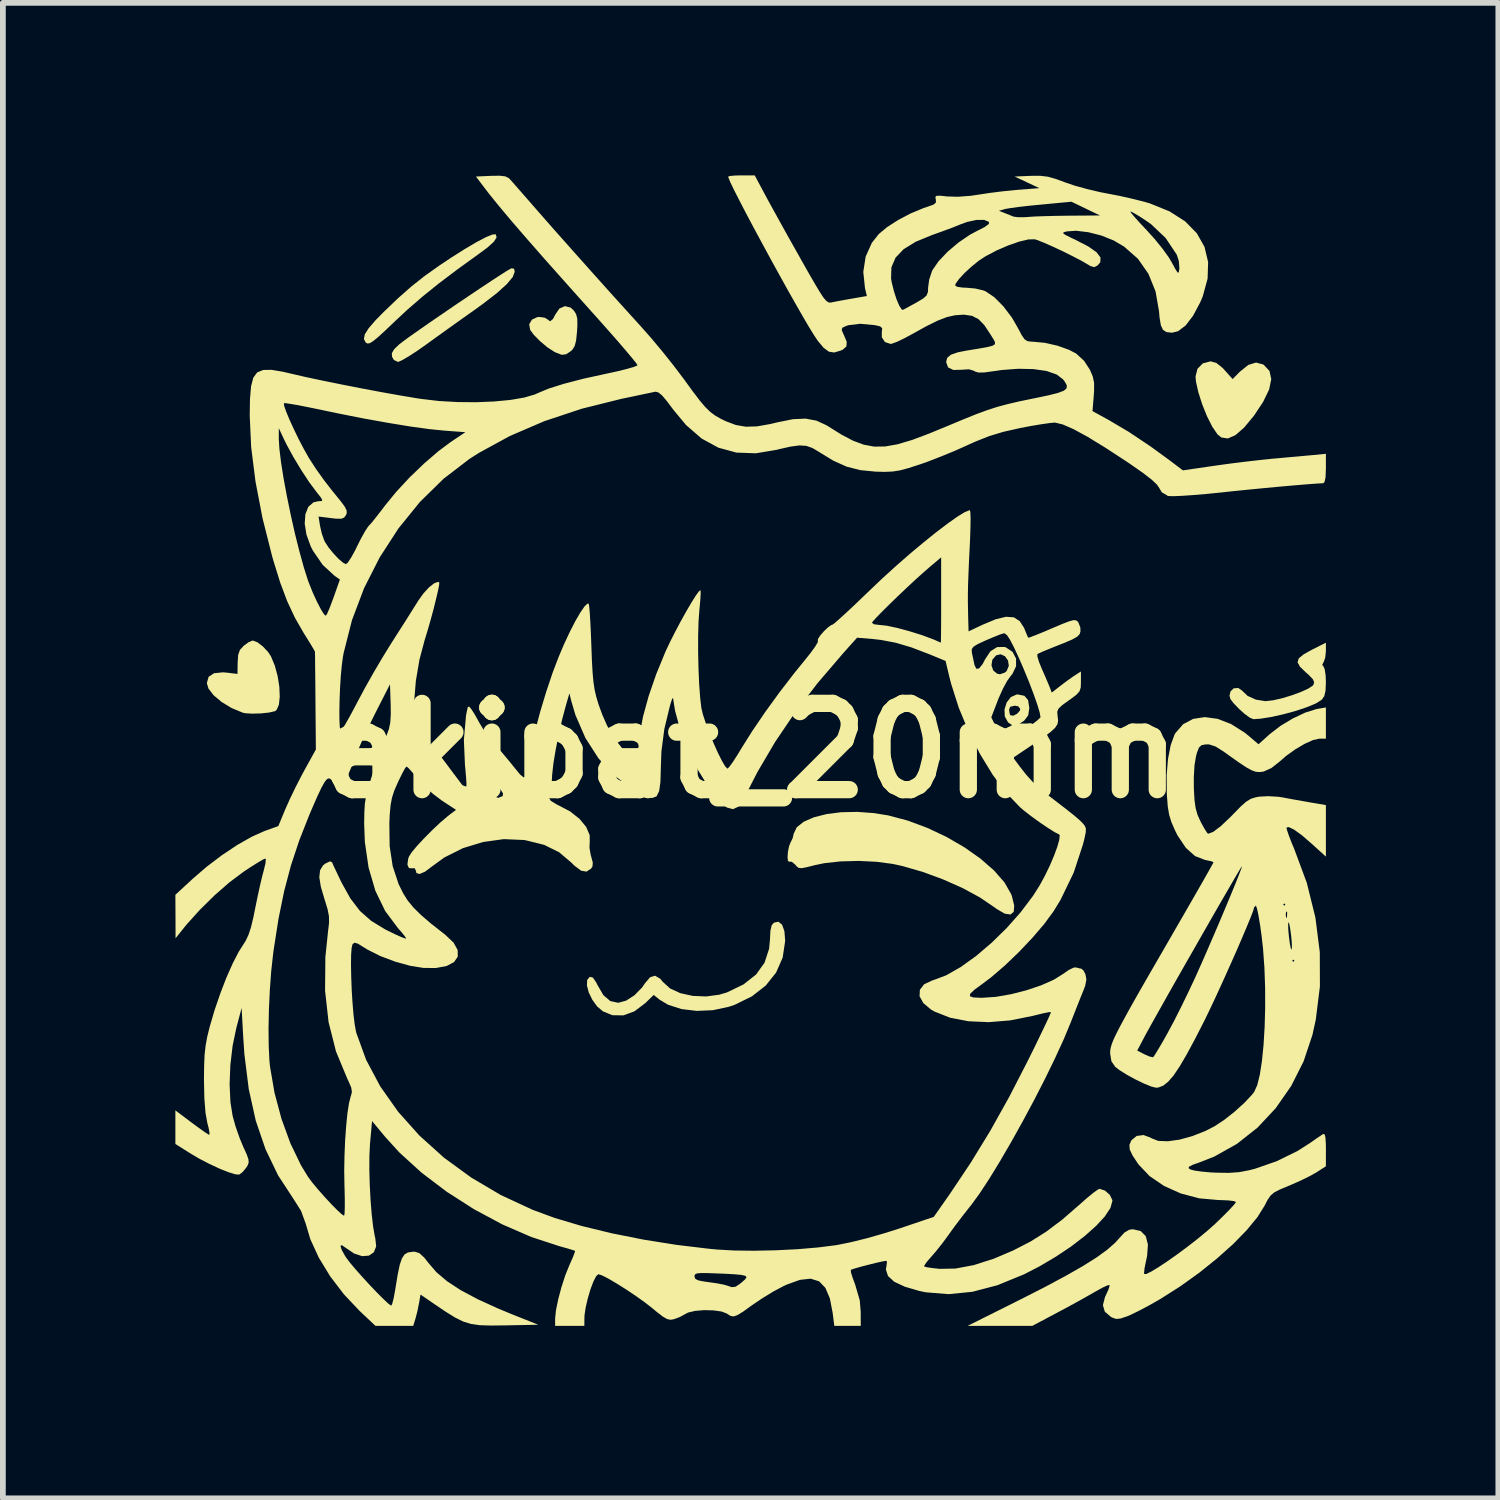
<source format=kicad_pcb>
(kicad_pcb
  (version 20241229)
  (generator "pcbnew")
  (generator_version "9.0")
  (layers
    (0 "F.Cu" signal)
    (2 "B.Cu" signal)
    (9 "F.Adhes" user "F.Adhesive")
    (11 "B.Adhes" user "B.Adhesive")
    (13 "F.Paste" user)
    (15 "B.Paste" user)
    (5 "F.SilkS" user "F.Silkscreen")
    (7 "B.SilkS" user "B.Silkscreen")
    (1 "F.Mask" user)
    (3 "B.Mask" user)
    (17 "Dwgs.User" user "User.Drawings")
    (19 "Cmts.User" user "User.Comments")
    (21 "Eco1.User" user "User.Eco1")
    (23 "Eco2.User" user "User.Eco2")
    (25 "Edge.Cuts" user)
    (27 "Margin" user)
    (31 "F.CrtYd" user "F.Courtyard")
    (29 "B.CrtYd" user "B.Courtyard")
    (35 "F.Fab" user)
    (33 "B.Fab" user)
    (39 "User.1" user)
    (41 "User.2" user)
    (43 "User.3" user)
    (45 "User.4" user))
  (footprint "akipat_20mm"
    (layer "F.Cu")
    (at 10.004 10.004)
    (property "Reference" "akipat_20mm" (at 0 0 0) (layer "F.SilkS") (effects (font (size 1.5 1.5) (thickness 0.3))))
    (attr board_only exclude_from_pos_files exclude_from_bom)
    (fp_poly (pts (xy -3.13 -7.705) (xy -3.076 -7.655) (xy -3.035 -7.591) (xy -3.015 -7.513) (xy -3.013 -7.397) (xy -3.019 -7.29) (xy -3.035 -7.134) (xy -3.06 -7.035) (xy -3.101 -6.971) (xy -3.126 -6.948) (xy -3.209 -6.893) (xy -3.286 -6.884) (xy -3.386 -6.922) (xy -3.419 -6.939) (xy -3.535 -7.014) (xy -3.661 -7.12) (xy -3.771 -7.231) (xy -3.834 -7.317) (xy -3.851 -7.414) (xy -3.804 -7.495) (xy -3.71 -7.539) (xy -3.674 -7.542) (xy -3.584 -7.53) (xy -3.536 -7.503) (xy -3.489 -7.466) (xy -3.438 -7.506) (xy -3.399 -7.581) (xy -3.326 -7.688) (xy -3.23 -7.73)) (stroke (width 0) (type solid)) (fill yes) (layer "F.SilkS"))
    (fp_poly (pts (xy 4.76 -0.954) (xy 4.825 -0.879) (xy 4.846 -0.745) (xy 4.846 -0.737) (xy 4.827 -0.614) (xy 4.761 -0.526) (xy 4.743 -0.511) (xy 4.635 -0.444) (xy 4.551 -0.44) (xy 4.477 -0.491) (xy 4.42 -0.594) (xy 4.415 -0.71) (xy 4.494 -0.71) (xy 4.506 -0.636) (xy 4.519 -0.614) (xy 4.57 -0.608) (xy 4.636 -0.643) (xy 4.683 -0.698) (xy 4.689 -0.724) (xy 4.655 -0.77) (xy 4.592 -0.782) (xy 4.513 -0.762) (xy 4.494 -0.71) (xy 4.415 -0.71) (xy 4.415 -0.717) (xy 4.452 -0.837) (xy 4.525 -0.931) (xy 4.625 -0.976) (xy 4.645 -0.977)) (stroke (width 0) (type solid)) (fill yes) (layer "F.SilkS"))
    (fp_poly (pts (xy 8.098 -6.743) (xy 8.208 -6.655) (xy 8.244 -6.616) (xy 8.382 -6.462) (xy 8.509 -6.591) (xy 8.655 -6.708) (xy 8.789 -6.749) (xy 8.913 -6.716) (xy 8.925 -6.708) (xy 9.023 -6.603) (xy 9.054 -6.461) (xy 9.017 -6.281) (xy 8.912 -6.064) (xy 8.752 -5.823) (xy 8.581 -5.617) (xy 8.43 -5.486) (xy 8.299 -5.429) (xy 8.186 -5.446) (xy 8.119 -5.5) (xy 8.029 -5.632) (xy 7.936 -5.816) (xy 7.852 -6.025) (xy 7.785 -6.235) (xy 7.744 -6.42) (xy 7.737 -6.507) (xy 7.771 -6.641) (xy 7.863 -6.734) (xy 7.996 -6.77) (xy 7.999 -6.77)) (stroke (width 0) (type solid)) (fill yes) (layer "F.SilkS"))
    (fp_poly (pts (xy -4.431 -8.977) (xy -4.418 -8.925) (xy -4.465 -8.851) (xy -4.576 -8.75) (xy -4.715 -8.647) (xy -5.097 -8.371) (xy -5.425 -8.123) (xy -5.709 -7.894) (xy -5.964 -7.673) (xy -6.179 -7.473) (xy -6.35 -7.31) (xy -6.475 -7.195) (xy -6.563 -7.123) (xy -6.622 -7.086) (xy -6.663 -7.08) (xy -6.692 -7.096) (xy -6.695 -7.099) (xy -6.726 -7.159) (xy -6.71 -7.24) (xy -6.642 -7.347) (xy -6.52 -7.488) (xy -6.379 -7.631) (xy -6.127 -7.872) (xy -5.9 -8.072) (xy -5.673 -8.252) (xy -5.42 -8.432) (xy -5.215 -8.569) (xy -4.975 -8.721) (xy -4.77 -8.842) (xy -4.607 -8.928) (xy -4.493 -8.975) (xy -4.434 -8.979)) (stroke (width 0) (type solid)) (fill yes) (layer "F.SilkS"))
    (fp_poly (pts (xy -8.578 -1.885) (xy -8.48 -1.81) (xy -8.389 -1.712) (xy -8.342 -1.64) (xy -8.274 -1.476) (xy -8.225 -1.293) (xy -8.196 -1.108) (xy -8.189 -0.937) (xy -8.204 -0.799) (xy -8.243 -0.708) (xy -8.273 -0.686) (xy -8.377 -0.662) (xy -8.521 -0.647) (xy -8.671 -0.643) (xy -8.794 -0.651) (xy -8.832 -0.66) (xy -9.027 -0.741) (xy -9.2 -0.846) (xy -9.339 -0.963) (xy -9.429 -1.08) (xy -9.457 -1.175) (xy -9.426 -1.284) (xy -9.333 -1.346) (xy -9.178 -1.362) (xy -9.106 -1.356) (xy -8.924 -1.334) (xy -8.921 -1.535) (xy -8.912 -1.667) (xy -8.881 -1.753) (xy -8.816 -1.823) (xy -8.814 -1.825) (xy -8.73 -1.886) (xy -8.663 -1.914) (xy -8.659 -1.915)) (stroke (width 0) (type solid)) (fill yes) (layer "F.SilkS"))
    (fp_poly (pts (xy -4.114 -8.381) (xy -4.103 -8.328) (xy -4.137 -8.237) (xy -4.238 -8.115) (xy -4.408 -7.961) (xy -4.647 -7.776) (xy -4.81 -7.658) (xy -5.014 -7.514) (xy -5.249 -7.346) (xy -5.482 -7.179) (xy -5.638 -7.066) (xy -5.8 -6.952) (xy -5.945 -6.858) (xy -6.059 -6.791) (xy -6.127 -6.761) (xy -6.134 -6.76) (xy -6.204 -6.794) (xy -6.235 -6.847) (xy -6.24 -6.911) (xy -6.201 -6.979) (xy -6.111 -7.066) (xy -6.043 -7.118) (xy -5.924 -7.205) (xy -5.763 -7.318) (xy -5.571 -7.452) (xy -5.359 -7.597) (xy -5.137 -7.749) (xy -4.914 -7.899) (xy -4.703 -8.041) (xy -4.512 -8.168) (xy -4.352 -8.272) (xy -4.234 -8.347) (xy -4.167 -8.385) (xy -4.161 -8.388)) (stroke (width 0) (type solid)) (fill yes) (layer "F.SilkS"))
    (fp_poly (pts (xy 2.144 1.086) (xy 2.391 1.126) (xy 2.734 1.217) (xy 3.077 1.345) (xy 3.409 1.502) (xy 3.719 1.682) (xy 3.997 1.878) (xy 4.232 2.083) (xy 4.413 2.29) (xy 4.529 2.492) (xy 4.543 2.528) (xy 4.584 2.695) (xy 4.575 2.803) (xy 4.518 2.85) (xy 4.419 2.835) (xy 4.279 2.754) (xy 4.23 2.718) (xy 3.985 2.552) (xy 3.684 2.389) (xy 3.346 2.239) (xy 2.993 2.109) (xy 2.644 2.008) (xy 2.472 1.97) (xy 2.189 1.933) (xy 1.878 1.918) (xy 1.566 1.926) (xy 1.282 1.957) (xy 1.114 1.992) (xy 0.972 2.028) (xy 0.886 2.044) (xy 0.835 2.039) (xy 0.8 2.012) (xy 0.777 1.984) (xy 0.716 1.933) (xy 0.67 1.931) (xy 0.648 1.916) (xy 0.642 1.849) (xy 0.649 1.757) (xy 0.668 1.663) (xy 0.695 1.594) (xy 0.701 1.585) (xy 0.733 1.516) (xy 0.748 1.447) (xy 0.802 1.333) (xy 0.922 1.237) (xy 1.097 1.16) (xy 1.318 1.104) (xy 1.573 1.071) (xy 1.852 1.065)) (stroke (width 0) (type solid)) (fill yes) (layer "F.SilkS"))
    (fp_poly (pts (xy 10.004 -1.728) (xy 9.993 -1.62) (xy 9.967 -1.544) (xy 9.961 -1.536) (xy 9.94 -1.489) (xy 9.961 -1.467) (xy 9.983 -1.417) (xy 9.999 -1.313) (xy 10.004 -1.196) (xy 9.998 -1.044) (xy 9.976 -0.949) (xy 9.934 -0.887) (xy 9.929 -0.883) (xy 9.832 -0.822) (xy 9.677 -0.757) (xy 9.484 -0.692) (xy 9.271 -0.634) (xy 9.059 -0.586) (xy 8.868 -0.556) (xy 8.744 -0.547) (xy 8.681 -0.573) (xy 8.588 -0.641) (xy 8.499 -0.721) (xy 8.397 -0.826) (xy 8.343 -0.898) (xy 8.328 -0.957) (xy 8.343 -1.02) (xy 8.347 -1.032) (xy 8.401 -1.084) (xy 8.48 -1.089) (xy 8.545 -1.046) (xy 8.546 -1.044) (xy 8.643 -0.952) (xy 8.787 -0.887) (xy 8.949 -0.861) (xy 8.957 -0.861) (xy 9.082 -0.875) (xy 9.239 -0.91) (xy 9.407 -0.961) (xy 9.566 -1.019) (xy 9.696 -1.078) (xy 9.775 -1.13) (xy 9.786 -1.143) (xy 9.8 -1.191) (xy 9.775 -1.245) (xy 9.701 -1.321) (xy 9.655 -1.361) (xy 9.553 -1.46) (xy 9.511 -1.537) (xy 9.533 -1.606) (xy 9.622 -1.678) (xy 9.767 -1.758) (xy 10.004 -1.877)) (stroke (width 0) (type solid)) (fill yes) (layer "F.SilkS"))
    (fp_poly (pts (xy 0.546 3.026) (xy 0.587 3.138) (xy 0.6 3.301) (xy 0.6 3.313) (xy 0.557 3.599) (xy 0.443 3.859) (xy 0.263 4.085) (xy 0.022 4.273) (xy -0.275 4.419) (xy -0.385 4.456) (xy -0.659 4.514) (xy -0.938 4.526) (xy -1.203 4.494) (xy -1.434 4.42) (xy -1.58 4.333) (xy -1.686 4.249) (xy -1.83 4.389) (xy -2.02 4.533) (xy -2.214 4.604) (xy -2.405 4.601) (xy -2.568 4.534) (xy -2.669 4.449) (xy -2.753 4.333) (xy -2.815 4.206) (xy -2.847 4.085) (xy -2.843 3.988) (xy -2.796 3.933) (xy -2.795 3.933) (xy -2.743 3.947) (xy -2.685 4.032) (xy -2.664 4.075) (xy -2.561 4.252) (xy -2.441 4.355) (xy -2.303 4.385) (xy -2.166 4.348) (xy -2.02 4.254) (xy -1.888 4.119) (xy -1.837 4.045) (xy -1.749 3.941) (xy -1.662 3.914) (xy -1.573 3.966) (xy -1.526 4.022) (xy -1.401 4.136) (xy -1.222 4.218) (xy -1.007 4.265) (xy -0.774 4.275) (xy -0.543 4.244) (xy -0.41 4.204) (xy -0.123 4.065) (xy 0.095 3.893) (xy 0.242 3.687) (xy 0.321 3.446) (xy 0.336 3.284) (xy 0.344 3.13) (xy 0.366 3.037) (xy 0.404 2.992) (xy 0.483 2.975)) (stroke (width 0) (type solid)) (fill yes) (layer "F.SilkS"))
    (fp_poly (pts (xy 10.004 -0.48) (xy 10.004 -0.208) (xy 9.889 -0.208) (xy 9.78 -0.184) (xy 9.634 -0.118) (xy 9.471 -0.022) (xy 9.312 0.092) (xy 9.189 0.199) (xy 9.057 0.302) (xy 8.925 0.362) (xy 8.908 0.366) (xy 8.844 0.373) (xy 8.782 0.367) (xy 8.709 0.34) (xy 8.614 0.287) (xy 8.485 0.201) (xy 8.31 0.077) (xy 8.228 0.018) (xy 8.087 -0.071) (xy 7.975 -0.108) (xy 7.916 -0.109) (xy 7.842 -0.095) (xy 7.797 -0.054) (xy 7.763 0.032) (xy 7.745 0.098) (xy 7.719 0.255) (xy 7.707 0.463) (xy 7.708 0.664) (xy 7.719 0.859) (xy 7.739 1.001) (xy 7.772 1.117) (xy 7.824 1.233) (xy 7.828 1.241) (xy 7.888 1.35) (xy 7.935 1.425) (xy 7.955 1.446) (xy 8.044 1.413) (xy 8.173 1.316) (xy 8.344 1.154) (xy 8.402 1.095) (xy 8.528 0.966) (xy 8.622 0.884) (xy 8.703 0.836) (xy 8.789 0.81) (xy 8.844 0.8) (xy 8.998 0.792) (xy 9.174 0.802) (xy 9.254 0.814) (xy 9.418 0.845) (xy 9.61 0.879) (xy 9.74 0.902) (xy 10.004 0.947) (xy 10.004 1.395) (xy 10.004 1.843) (xy 9.759 1.621) (xy 9.587 1.472) (xy 9.453 1.375) (xy 9.36 1.33) (xy 9.32 1.335) (xy 9.326 1.377) (xy 9.359 1.474) (xy 9.411 1.609) (xy 9.451 1.703) (xy 9.673 2.302) (xy 9.822 2.905) (xy 9.898 3.506) (xy 9.9 4.1) (xy 9.828 4.68) (xy 9.77 4.943) (xy 9.616 5.404) (xy 9.401 5.831) (xy 9.132 6.217) (xy 8.816 6.555) (xy 8.458 6.838) (xy 8.064 7.059) (xy 7.814 7.158) (xy 7.687 7.203) (xy 7.624 7.235) (xy 7.616 7.26) (xy 7.644 7.282) (xy 7.714 7.302) (xy 7.841 7.32) (xy 8.002 7.335) (xy 8.092 7.339) (xy 8.315 7.343) (xy 8.498 7.33) (xy 8.675 7.296) (xy 8.768 7.272) (xy 9.146 7.141) (xy 9.509 6.963) (xy 9.73 6.822) (xy 9.837 6.747) (xy 9.923 6.689) (xy 9.955 6.668) (xy 9.981 6.671) (xy 9.996 6.725) (xy 10.003 6.841) (xy 10.004 6.933) (xy 10.004 7.228) (xy 9.838 7.335) (xy 9.72 7.401) (xy 9.561 7.479) (xy 9.39 7.554) (xy 9.359 7.567) (xy 9.206 7.631) (xy 9.106 7.682) (xy 9.041 7.738) (xy 8.989 7.814) (xy 8.94 7.91) (xy 8.814 8.112) (xy 8.628 8.338) (xy 8.391 8.581) (xy 8.112 8.83) (xy 7.802 9.079) (xy 7.47 9.317) (xy 7.125 9.536) (xy 7.094 9.554) (xy 6.922 9.652) (xy 6.753 9.741) (xy 6.612 9.81) (xy 6.546 9.838) (xy 6.431 9.876) (xy 6.356 9.883) (xy 6.289 9.86) (xy 6.265 9.847) (xy 6.159 9.756) (xy 6.126 9.643) (xy 6.163 9.5) (xy 6.177 9.471) (xy 6.222 9.373) (xy 6.243 9.306) (xy 6.243 9.294) (xy 6.207 9.299) (xy 6.123 9.337) (xy 6.008 9.4) (xy 5.998 9.406) (xy 5.867 9.481) (xy 5.692 9.579) (xy 5.496 9.686) (xy 5.331 9.774) (xy 4.898 10.004) (xy 4.335 10.004) (xy 3.773 10.004) (xy 4.691 9.545) (xy 5.119 9.327) (xy 5.479 9.134) (xy 5.775 8.965) (xy 6.014 8.815) (xy 6.199 8.681) (xy 6.335 8.562) (xy 6.404 8.486) (xy 6.5 8.381) (xy 6.584 8.332) (xy 6.646 8.323) (xy 6.783 8.354) (xy 6.871 8.443) (xy 6.909 8.589) (xy 6.895 8.788) (xy 6.873 8.89) (xy 6.85 9.002) (xy 6.842 9.084) (xy 6.844 9.101) (xy 6.881 9.101) (xy 6.967 9.059) (xy 7.093 8.983) (xy 7.248 8.88) (xy 7.421 8.758) (xy 7.601 8.624) (xy 7.777 8.487) (xy 7.94 8.352) (xy 8.079 8.229) (xy 8.089 8.219) (xy 8.224 8.088) (xy 8.334 7.976) (xy 8.41 7.893) (xy 8.44 7.851) (xy 8.441 7.85) (xy 8.405 7.834) (xy 8.309 7.822) (xy 8.173 7.816) (xy 8.132 7.815) (xy 7.802 7.786) (xy 7.483 7.702) (xy 7.19 7.571) (xy 6.939 7.4) (xy 6.745 7.196) (xy 6.736 7.183) (xy 6.641 7.039) (xy 6.593 6.937) (xy 6.587 6.857) (xy 6.618 6.783) (xy 6.624 6.774) (xy 6.713 6.701) (xy 6.832 6.685) (xy 6.955 6.73) (xy 6.973 6.742) (xy 7.089 6.787) (xy 7.256 6.793) (xy 7.458 6.765) (xy 7.68 6.704) (xy 7.906 6.615) (xy 8.07 6.531) (xy 8.236 6.421) (xy 8.415 6.28) (xy 8.583 6.128) (xy 8.717 5.986) (xy 8.757 5.935) (xy 8.81 5.818) (xy 8.855 5.635) (xy 8.892 5.397) (xy 8.92 5.115) (xy 8.939 4.8) (xy 8.948 4.465) (xy 8.947 4.12) (xy 8.935 3.776) (xy 8.926 3.654) (xy 9.418 3.654) (xy 9.437 3.673) (xy 9.457 3.654) (xy 9.437 3.634) (xy 9.418 3.654) (xy 8.926 3.654) (xy 8.911 3.446) (xy 8.885 3.215) (xy 8.859 3.028) (xy 9.347 3.028) (xy 9.351 3.128) (xy 9.362 3.241) (xy 9.378 3.362) (xy 9.395 3.442) (xy 9.407 3.462) (xy 9.413 3.417) (xy 9.409 3.317) (xy 9.398 3.204) (xy 9.381 3.083) (xy 9.364 3.003) (xy 9.352 2.983) (xy 9.347 3.028) (xy 8.859 3.028) (xy 8.858 3.025) (xy 8.831 2.865) (xy 8.829 2.853) (xy 9.306 2.853) (xy 9.313 2.908) (xy 9.326 2.901) (xy 9.331 2.821) (xy 9.326 2.804) (xy 9.312 2.799) (xy 9.306 2.853) (xy 8.829 2.853) (xy 8.807 2.752) (xy 8.789 2.699) (xy 8.786 2.696) (xy 8.754 2.726) (xy 8.753 2.736) (xy 8.738 2.79) (xy 8.694 2.904) (xy 8.627 3.066) (xy 8.543 3.265) (xy 8.445 3.491) (xy 8.339 3.73) (xy 8.23 3.973) (xy 8.123 4.208) (xy 8.022 4.424) (xy 7.933 4.61) (xy 7.904 4.67) (xy 7.732 5.007) (xy 7.586 5.279) (xy 7.462 5.49) (xy 7.356 5.648) (xy 7.262 5.757) (xy 7.177 5.825) (xy 7.097 5.857) (xy 7.051 5.862) (xy 6.969 5.842) (xy 6.843 5.791) (xy 6.694 5.719) (xy 6.545 5.638) (xy 6.417 5.558) (xy 6.34 5.499) (xy 6.274 5.403) (xy 6.252 5.267) (xy 6.252 5.258) (xy 6.254 5.216) (xy 6.723 5.216) (xy 6.849 5.281) (xy 6.938 5.32) (xy 6.996 5.332) (xy 7.001 5.33) (xy 7.029 5.291) (xy 7.086 5.198) (xy 7.165 5.064) (xy 7.256 4.902) (xy 7.26 4.894) (xy 7.363 4.702) (xy 7.483 4.464) (xy 7.608 4.208) (xy 7.725 3.959) (xy 7.757 3.888) (xy 7.849 3.682) (xy 7.95 3.451) (xy 8.055 3.208) (xy 8.161 2.961) (xy 8.262 2.721) (xy 8.28 2.677) (xy 9.261 2.677) (xy 9.281 2.696) (xy 9.3 2.677) (xy 9.281 2.657) (xy 9.261 2.677) (xy 8.28 2.677) (xy 8.354 2.5) (xy 8.433 2.308) (xy 8.494 2.154) (xy 8.533 2.051) (xy 8.546 2.007) (xy 8.546 2.007) (xy 8.525 2.038) (xy 8.471 2.128) (xy 8.388 2.27) (xy 8.281 2.455) (xy 8.154 2.674) (xy 8.012 2.921) (xy 7.861 3.185) (xy 7.704 3.46) (xy 7.546 3.736) (xy 7.393 4.005) (xy 7.249 4.259) (xy 7.119 4.491) (xy 7.007 4.69) (xy 6.918 4.85) (xy 6.857 4.961) (xy 6.849 4.977) (xy 6.723 5.216) (xy 6.254 5.216) (xy 6.254 5.213) (xy 6.262 5.165) (xy 6.279 5.107) (xy 6.307 5.033) (xy 6.351 4.939) (xy 6.412 4.819) (xy 6.494 4.666) (xy 6.599 4.475) (xy 6.731 4.241) (xy 6.893 3.958) (xy 7.088 3.621) (xy 7.318 3.223) (xy 7.389 3.099) (xy 7.546 2.828) (xy 7.689 2.579) (xy 7.815 2.36) (xy 7.918 2.179) (xy 7.994 2.044) (xy 8.039 1.962) (xy 8.05 1.941) (xy 8.016 1.925) (xy 7.93 1.906) (xy 7.903 1.901) (xy 7.729 1.834) (xy 7.569 1.691) (xy 7.424 1.475) (xy 7.378 1.382) (xy 7.317 1.242) (xy 7.278 1.114) (xy 7.254 0.971) (xy 7.24 0.785) (xy 7.237 0.733) (xy 7.235 0.426) (xy 7.258 0.146) (xy 7.304 -0.093) (xy 7.37 -0.275) (xy 7.388 -0.307) (xy 7.522 -0.46) (xy 7.695 -0.552) (xy 7.898 -0.583) (xy 8.121 -0.553) (xy 8.356 -0.462) (xy 8.593 -0.312) (xy 8.667 -0.252) (xy 8.832 -0.111) (xy 9.03 -0.289) (xy 9.213 -0.43) (xy 9.427 -0.559) (xy 9.643 -0.661) (xy 9.837 -0.722) (xy 9.857 -0.726) (xy 10.004 -0.751)) (stroke (width 0) (type solid)) (fill yes) (layer "F.SilkS"))
    (fp_poly (pts (xy 0.254 -9.662) (xy 0.329 -9.523) (xy 0.434 -9.333) (xy 0.559 -9.107) (xy 0.696 -8.861) (xy 0.837 -8.611) (xy 0.873 -8.546) (xy 1.014 -8.297) (xy 1.123 -8.109) (xy 1.205 -7.972) (xy 1.266 -7.88) (xy 1.312 -7.825) (xy 1.349 -7.798) (xy 1.382 -7.791) (xy 1.407 -7.795) (xy 1.496 -7.813) (xy 1.631 -7.838) (xy 1.763 -7.861) (xy 2.021 -7.906) (xy 1.988 -8.046) (xy 1.971 -8.212) (xy 2.442 -8.212) (xy 2.453 -8.145) (xy 2.492 -7.989) (xy 2.538 -7.847) (xy 2.586 -7.736) (xy 2.627 -7.673) (xy 2.647 -7.665) (xy 2.696 -7.69) (xy 2.789 -7.741) (xy 2.882 -7.792) (xy 2.997 -7.86) (xy 3.058 -7.913) (xy 3.083 -7.975) (xy 3.087 -8.058) (xy 3.106 -8.196) (xy 3.153 -8.337) (xy 3.161 -8.355) (xy 3.267 -8.509) (xy 3.424 -8.675) (xy 3.613 -8.835) (xy 3.812 -8.971) (xy 3.93 -9.034) (xy 4.071 -9.106) (xy 4.142 -9.159) (xy 4.146 -9.194) (xy 4.146 -9.195) (xy 4.061 -9.23) (xy 3.927 -9.229) (xy 3.764 -9.194) (xy 3.654 -9.154) (xy 3.518 -9.099) (xy 3.343 -9.034) (xy 3.167 -8.971) (xy 3.156 -8.967) (xy 2.871 -8.85) (xy 2.66 -8.72) (xy 2.52 -8.573) (xy 2.448 -8.405) (xy 2.442 -8.212) (xy 1.971 -8.212) (xy 1.959 -8.325) (xy 2 -8.591) (xy 2.108 -8.831) (xy 2.227 -8.982) (xy 2.371 -9.103) (xy 2.566 -9.228) (xy 2.786 -9.344) (xy 2.893 -9.388) (xy 4.318 -9.388) (xy 4.416 -9.35) (xy 4.513 -9.311) (xy 4.572 -9.287) (xy 4.644 -9.277) (xy 4.759 -9.277) (xy 4.826 -9.281) (xy 4.94 -9.289) (xy 5.11 -9.295) (xy 5.314 -9.3) (xy 5.53 -9.303) (xy 5.549 -9.303) (xy 6.076 -9.307) (xy 5.927 -9.378) (xy 6.603 -9.378) (xy 6.616 -9.352) (xy 6.675 -9.282) (xy 6.769 -9.177) (xy 6.883 -9.056) (xy 7.025 -8.899) (xy 7.16 -8.733) (xy 7.269 -8.582) (xy 7.319 -8.499) (xy 7.385 -8.377) (xy 7.423 -8.317) (xy 7.443 -8.313) (xy 7.452 -8.356) (xy 7.456 -8.389) (xy 7.446 -8.517) (xy 7.411 -8.624) (xy 7.217 -8.915) (xy 6.964 -9.155) (xy 6.877 -9.216) (xy 6.756 -9.295) (xy 6.659 -9.352) (xy 6.606 -9.378) (xy 6.603 -9.378) (xy 5.927 -9.378) (xy 5.828 -9.426) (xy 5.579 -9.546) (xy 5.05 -9.496) (xy 4.846 -9.476) (xy 4.662 -9.455) (xy 4.517 -9.435) (xy 4.428 -9.42) (xy 4.419 -9.417) (xy 4.318 -9.388) (xy 2.893 -9.388) (xy 3.005 -9.435) (xy 3.078 -9.459) (xy 3.181 -9.496) (xy 3.223 -9.533) (xy 3.22 -9.585) (xy 3.22 -9.586) (xy 3.212 -9.629) (xy 3.233 -9.649) (xy 3.302 -9.65) (xy 3.414 -9.638) (xy 3.602 -9.632) (xy 3.828 -9.649) (xy 3.956 -9.668) (xy 4.153 -9.698) (xy 4.385 -9.727) (xy 4.607 -9.749) (xy 4.65 -9.753) (xy 5.021 -9.782) (xy 4.806 -9.883) (xy 4.592 -9.984) (xy 4.872 -9.996) (xy 5.034 -9.997) (xy 5.169 -9.981) (xy 5.311 -9.941) (xy 5.459 -9.886) (xy 5.631 -9.827) (xy 5.848 -9.767) (xy 6.076 -9.713) (xy 6.206 -9.688) (xy 6.423 -9.646) (xy 6.648 -9.595) (xy 6.85 -9.544) (xy 6.948 -9.515) (xy 7.285 -9.378) (xy 7.556 -9.205) (xy 7.759 -8.998) (xy 7.893 -8.761) (xy 7.956 -8.497) (xy 7.947 -8.209) (xy 7.863 -7.901) (xy 7.82 -7.799) (xy 7.694 -7.563) (xy 7.564 -7.393) (xy 7.433 -7.294) (xy 7.328 -7.268) (xy 7.234 -7.278) (xy 7.172 -7.316) (xy 7.134 -7.396) (xy 7.111 -7.533) (xy 7.102 -7.64) (xy 7.042 -7.985) (xy 6.918 -8.292) (xy 6.735 -8.554) (xy 6.495 -8.765) (xy 6.314 -8.872) (xy 6.099 -8.958) (xy 5.871 -9.016) (xy 5.658 -9.041) (xy 5.501 -9.03) (xy 5.446 -9.016) (xy 5.433 -8.999) (xy 5.47 -8.971) (xy 5.565 -8.923) (xy 5.652 -8.882) (xy 5.871 -8.769) (xy 6.015 -8.668) (xy 6.084 -8.577) (xy 6.081 -8.494) (xy 6.034 -8.438) (xy 5.977 -8.408) (xy 5.912 -8.426) (xy 5.868 -8.452) (xy 5.755 -8.518) (xy 5.603 -8.597) (xy 5.431 -8.683) (xy 5.258 -8.764) (xy 5.103 -8.832) (xy 4.986 -8.879) (xy 4.938 -8.893) (xy 4.829 -8.89) (xy 4.67 -8.852) (xy 4.48 -8.786) (xy 4.277 -8.698) (xy 4.083 -8.596) (xy 3.965 -8.518) (xy 3.838 -8.415) (xy 3.719 -8.305) (xy 3.623 -8.201) (xy 3.565 -8.12) (xy 3.556 -8.09) (xy 3.591 -8.067) (xy 3.681 -8.053) (xy 3.755 -8.05) (xy 3.903 -8.037) (xy 4.041 -8.005) (xy 4.086 -7.988) (xy 4.238 -7.885) (xy 4.396 -7.726) (xy 4.545 -7.529) (xy 4.648 -7.35) (xy 4.715 -7.224) (xy 4.765 -7.152) (xy 4.817 -7.12) (xy 4.889 -7.112) (xy 4.914 -7.111) (xy 5.118 -7.092) (xy 5.337 -7.042) (xy 5.538 -6.97) (xy 5.662 -6.905) (xy 5.799 -6.779) (xy 5.901 -6.622) (xy 5.95 -6.506) (xy 5.973 -6.397) (xy 5.973 -6.263) (xy 5.967 -6.172) (xy 5.945 -5.905) (xy 6.23 -5.748) (xy 6.575 -5.544) (xy 6.951 -5.293) (xy 7.285 -5.05) (xy 7.517 -4.874) (xy 8.086 -4.957) (xy 8.339 -4.992) (xy 8.613 -5.026) (xy 8.876 -5.056) (xy 9.095 -5.079) (xy 9.105 -5.079) (xy 9.312 -5.098) (xy 9.515 -5.116) (xy 9.689 -5.132) (xy 9.779 -5.14) (xy 10.004 -5.162) (xy 10.004 -4.906) (xy 9.998 -4.752) (xy 9.979 -4.669) (xy 9.955 -4.65) (xy 9.855 -4.645) (xy 9.691 -4.633) (xy 9.476 -4.615) (xy 9.223 -4.593) (xy 8.945 -4.567) (xy 8.657 -4.539) (xy 8.37 -4.51) (xy 8.167 -4.488) (xy 7.918 -4.463) (xy 7.69 -4.444) (xy 7.496 -4.431) (xy 7.35 -4.425) (xy 7.264 -4.428) (xy 7.256 -4.43) (xy 7.149 -4.494) (xy 7.108 -4.564) (xy 7.066 -4.626) (xy 6.974 -4.713) (xy 6.825 -4.828) (xy 6.615 -4.975) (xy 6.534 -5.03) (xy 6.171 -5.267) (xy 5.866 -5.454) (xy 5.619 -5.589) (xy 5.43 -5.672) (xy 5.299 -5.704) (xy 5.288 -5.705) (xy 5.202 -5.697) (xy 5.06 -5.677) (xy 4.88 -5.647) (xy 4.684 -5.61) (xy 4.682 -5.609) (xy 4.398 -5.545) (xy 4.154 -5.472) (xy 3.91 -5.375) (xy 3.77 -5.312) (xy 3.549 -5.213) (xy 3.3 -5.111) (xy 3.062 -5.019) (xy 2.935 -4.975) (xy 2.743 -4.913) (xy 2.597 -4.874) (xy 2.47 -4.854) (xy 2.334 -4.848) (xy 2.173 -4.852) (xy 1.908 -4.878) (xy 1.671 -4.938) (xy 1.439 -5.042) (xy 1.187 -5.196) (xy 1.075 -5.263) (xy 0.969 -5.3) (xy 0.849 -5.308) (xy 0.697 -5.288) (xy 0.492 -5.242) (xy 0.456 -5.232) (xy 0.091 -5.171) (xy -0.247 -5.183) (xy -0.562 -5.269) (xy -0.853 -5.428) (xy -1.124 -5.663) (xy -1.339 -5.922) (xy -1.457 -6.079) (xy -1.542 -6.179) (xy -1.605 -6.23) (xy -1.653 -6.242) (xy -1.661 -6.241) (xy -1.727 -6.227) (xy -1.853 -6.201) (xy -2.021 -6.165) (xy -2.214 -6.125) (xy -2.247 -6.118) (xy -2.937 -5.946) (xy -3.587 -5.73) (xy -4.187 -5.472) (xy -4.727 -5.177) (xy -4.889 -5.074) (xy -5.338 -4.73) (xy -5.752 -4.324) (xy -6.125 -3.864) (xy -6.45 -3.362) (xy -6.722 -2.827) (xy -6.933 -2.269) (xy -7.078 -1.698) (xy -7.091 -1.626) (xy -7.11 -1.482) (xy -7.127 -1.301) (xy -7.14 -1.1) (xy -7.148 -0.894) (xy -7.152 -0.7) (xy -7.151 -0.534) (xy -7.145 -0.411) (xy -7.132 -0.347) (xy -7.13 -0.343) (xy -7.106 -0.369) (xy -7.053 -0.452) (xy -6.978 -0.583) (xy -6.889 -0.749) (xy -6.838 -0.846) (xy -6.709 -1.088) (xy -6.555 -1.361) (xy -6.395 -1.632) (xy -6.248 -1.87) (xy -6.244 -1.876) (xy -6.118 -2.074) (xy -5.993 -2.269) (xy -5.884 -2.443) (xy -5.8 -2.576) (xy -5.781 -2.607) (xy -5.691 -2.733) (xy -5.594 -2.839) (xy -5.504 -2.91) (xy -5.436 -2.935) (xy -5.415 -2.927) (xy -5.417 -2.884) (xy -5.437 -2.781) (xy -5.471 -2.636) (xy -5.514 -2.462) (xy -5.564 -2.277) (xy -5.616 -2.096) (xy -5.665 -1.935) (xy -5.666 -1.934) (xy -5.759 -1.584) (xy -5.822 -1.214) (xy -5.852 -0.848) (xy -5.847 -0.511) (xy -5.821 -0.307) (xy -5.799 -0.199) (xy -5.771 -0.115) (xy -5.726 -0.039) (xy -5.651 0.047) (xy -5.536 0.161) (xy -5.463 0.23) (xy -5.281 0.397) (xy -5.131 0.521) (xy -5.021 0.598) (xy -4.955 0.623) (xy -4.943 0.619) (xy -4.942 0.577) (xy -4.943 0.556) (xy -4.531 0.556) (xy -4.513 0.675) (xy -4.508 0.699) (xy -4.464 0.795) (xy -4.389 0.821) (xy -4.312 0.791) (xy -4.306 0.745) (xy -4.362 0.656) (xy -4.4 0.609) (xy -4.479 0.527) (xy -4.521 0.508) (xy -4.531 0.556) (xy -4.943 0.556) (xy -4.948 0.475) (xy -4.96 0.332) (xy -4.968 0.254) (xy -4.987 -0.188) (xy -4.95 -0.607) (xy -4.936 -0.682) (xy -4.918 -0.758) (xy -4.895 -0.766) (xy -4.857 -0.721) (xy -4.805 -0.641) (xy -4.74 -0.526) (xy -4.709 -0.469) (xy -4.63 -0.34) (xy -4.523 -0.196) (xy -4.449 -0.109) (xy -4.33 0.025) (xy -4.199 0.182) (xy -4.107 0.296) (xy -4.013 0.411) (xy -3.949 0.465) (xy -3.907 0.454) (xy -3.879 0.373) (xy -3.856 0.219) (xy -3.85 0.176) (xy -3.81 -0.066) (xy -3.744 -0.36) (xy -3.657 -0.686) (xy -3.555 -1.024) (xy -3.444 -1.354) (xy -3.342 -1.622) (xy -3.246 -1.849) (xy -3.147 -2.061) (xy -3.051 -2.248) (xy -2.963 -2.4) (xy -2.89 -2.507) (xy -2.837 -2.557) (xy -2.817 -2.556) (xy -2.808 -2.512) (xy -2.798 -2.402) (xy -2.788 -2.24) (xy -2.778 -2.037) (xy -2.77 -1.824) (xy -2.76 -1.556) (xy -2.748 -1.35) (xy -2.733 -1.19) (xy -2.713 -1.058) (xy -2.685 -0.938) (xy -2.648 -0.814) (xy -2.644 -0.801) (xy -2.579 -0.623) (xy -2.501 -0.446) (xy -2.427 -0.305) (xy -2.42 -0.293) (xy -2.335 -0.169) (xy -2.235 -0.042) (xy -2.134 0.072) (xy -2.049 0.156) (xy -1.991 0.194) (xy -1.985 0.195) (xy -1.967 0.16) (xy -1.956 0.07) (xy -1.954 -0.002) (xy -1.932 -0.273) (xy -1.871 -0.594) (xy -1.773 -0.951) (xy -1.642 -1.33) (xy -1.483 -1.717) (xy -1.475 -1.735) (xy -1.399 -1.896) (xy -1.309 -2.073) (xy -1.213 -2.254) (xy -1.117 -2.426) (xy -1.028 -2.578) (xy -0.953 -2.697) (xy -0.898 -2.772) (xy -0.872 -2.791) (xy -0.871 -2.789) (xy -0.869 -2.735) (xy -0.875 -2.624) (xy -0.888 -2.479) (xy -0.892 -2.44) (xy -0.906 -2.243) (xy -0.913 -1.994) (xy -0.913 -1.714) (xy -0.907 -1.426) (xy -0.895 -1.152) (xy -0.877 -0.914) (xy -0.857 -0.742) (xy -0.829 -0.626) (xy -0.779 -0.475) (xy -0.715 -0.303) (xy -0.643 -0.127) (xy -0.569 0.038) (xy -0.5 0.176) (xy -0.443 0.273) (xy -0.404 0.312) (xy -0.402 0.313) (xy -0.37 0.281) (xy -0.308 0.196) (xy -0.227 0.07) (xy -0.157 -0.046) (xy 0.028 -0.34) (xy 0.251 -0.668) (xy 0.499 -1.01) (xy 0.755 -1.343) (xy 0.934 -1.563) (xy 1.041 -1.697) (xy 1.121 -1.807) (xy 1.166 -1.883) (xy 1.169 -1.909) (xy 1.17 -1.94) (xy 1.211 -2.003) (xy 1.276 -2.078) (xy 1.347 -2.145) (xy 1.404 -2.185) (xy 1.419 -2.188) (xy 1.457 -2.214) (xy 1.468 -2.224) (xy 2.11 -2.224) (xy 2.144 -2.198) (xy 2.22 -2.188) (xy 2.358 -2.174) (xy 2.546 -2.135) (xy 2.761 -2.077) (xy 2.982 -2.008) (xy 3.185 -1.932) (xy 3.308 -1.878) (xy 3.309 -1.915) (xy 3.311 -2.017) (xy 3.312 -2.174) (xy 3.313 -2.373) (xy 3.313 -2.602) (xy 3.313 -2.618) (xy 3.313 -3.361) (xy 3.132 -3.209) (xy 3.011 -3.104) (xy 2.868 -2.975) (xy 2.713 -2.831) (xy 2.556 -2.682) (xy 2.408 -2.538) (xy 2.279 -2.41) (xy 2.18 -2.308) (xy 2.121 -2.242) (xy 2.11 -2.224) (xy 1.468 -2.224) (xy 1.541 -2.288) (xy 1.664 -2.4) (xy 1.817 -2.543) (xy 1.991 -2.71) (xy 2.068 -2.784) (xy 2.294 -2.999) (xy 2.532 -3.215) (xy 2.772 -3.425) (xy 3.007 -3.621) (xy 3.228 -3.799) (xy 3.427 -3.95) (xy 3.595 -4.069) (xy 3.724 -4.148) (xy 3.806 -4.181) (xy 3.813 -4.181) (xy 3.821 -4.144) (xy 3.825 -4.043) (xy 3.823 -3.891) (xy 3.817 -3.702) (xy 3.813 -3.605) (xy 3.798 -3.307) (xy 3.788 -3.071) (xy 3.781 -2.881) (xy 3.778 -2.721) (xy 3.778 -2.574) (xy 3.781 -2.425) (xy 3.782 -2.356) (xy 3.79 -2.074) (xy 4.035 -2.19) (xy 4.263 -2.285) (xy 4.441 -2.328) (xy 4.577 -2.318) (xy 4.679 -2.253) (xy 4.756 -2.133) (xy 4.768 -2.103) (xy 4.804 -2.015) (xy 4.826 -1.965) (xy 4.827 -1.963) (xy 4.863 -1.973) (xy 4.957 -2.009) (xy 5.093 -2.064) (xy 5.24 -2.127) (xy 5.417 -2.202) (xy 5.537 -2.248) (xy 5.613 -2.269) (xy 5.658 -2.267) (xy 5.688 -2.246) (xy 5.697 -2.235) (xy 5.733 -2.145) (xy 5.736 -2.073) (xy 5.721 -2.025) (xy 5.678 -1.981) (xy 5.595 -1.934) (xy 5.459 -1.875) (xy 5.366 -1.839) (xy 5.211 -1.777) (xy 5.085 -1.725) (xy 5.004 -1.688) (xy 4.985 -1.677) (xy 4.988 -1.632) (xy 5.017 -1.537) (xy 5.064 -1.423) (xy 5.124 -1.286) (xy 5.175 -1.166) (xy 5.202 -1.101) (xy 5.237 -1.01) (xy 5.383 -1.124) (xy 5.498 -1.211) (xy 5.608 -1.289) (xy 5.637 -1.308) (xy 5.744 -1.377) (xy 5.744 -1.199) (xy 5.741 -1.101) (xy 5.72 -1.033) (xy 5.667 -0.973) (xy 5.568 -0.898) (xy 5.53 -0.872) (xy 5.416 -0.789) (xy 5.354 -0.73) (xy 5.332 -0.677) (xy 5.337 -0.609) (xy 5.339 -0.595) (xy 5.347 -0.522) (xy 5.336 -0.46) (xy 5.295 -0.397) (xy 5.216 -0.324) (xy 5.089 -0.23) (xy 4.912 -0.11) (xy 4.567 0.123) (xy 4.673 0.266) (xy 4.786 0.411) (xy 4.896 0.534) (xy 5.023 0.653) (xy 5.184 0.784) (xy 5.334 0.899) (xy 5.485 1.015) (xy 5.621 1.123) (xy 5.723 1.211) (xy 5.768 1.255) (xy 5.81 1.305) (xy 5.83 1.353) (xy 5.828 1.418) (xy 5.807 1.522) (xy 5.78 1.629) (xy 5.618 2.122) (xy 5.389 2.596) (xy 5.266 2.797) (xy 5.107 3.013) (xy 4.901 3.254) (xy 4.667 3.501) (xy 4.422 3.736) (xy 4.186 3.939) (xy 4.035 4.053) (xy 3.893 4.157) (xy 3.819 4.227) (xy 3.812 4.27) (xy 3.872 4.292) (xy 3.998 4.298) (xy 4.025 4.298) (xy 4.263 4.282) (xy 4.528 4.236) (xy 4.798 4.167) (xy 5.053 4.081) (xy 5.272 3.984) (xy 5.429 3.886) (xy 5.533 3.814) (xy 5.619 3.773) (xy 5.657 3.77) (xy 5.73 3.789) (xy 5.748 3.79) (xy 5.788 3.823) (xy 5.823 3.891) (xy 5.839 3.981) (xy 5.817 4.092) (xy 5.786 4.174) (xy 5.738 4.292) (xy 5.673 4.456) (xy 5.601 4.639) (xy 5.566 4.728) (xy 5.446 5.017) (xy 5.296 5.344) (xy 5.124 5.698) (xy 4.935 6.067) (xy 4.737 6.437) (xy 4.536 6.798) (xy 4.338 7.138) (xy 4.151 7.444) (xy 3.98 7.704) (xy 3.833 7.906) (xy 3.812 7.931) (xy 3.687 8.09) (xy 3.555 8.264) (xy 3.444 8.417) (xy 3.442 8.421) (xy 3.336 8.565) (xy 3.223 8.707) (xy 3.139 8.804) (xy 3.064 8.89) (xy 3.022 8.952) (xy 3.018 8.971) (xy 3.064 8.984) (xy 3.165 8.999) (xy 3.287 9.012) (xy 3.562 9.007) (xy 3.88 8.947) (xy 4.233 8.834) (xy 4.566 8.692) (xy 4.866 8.538) (xy 5.141 8.365) (xy 5.415 8.159) (xy 5.71 7.903) (xy 5.716 7.898) (xy 5.846 7.783) (xy 5.958 7.691) (xy 6.038 7.634) (xy 6.069 7.62) (xy 6.162 7.651) (xy 6.246 7.725) (xy 6.29 7.815) (xy 6.291 7.831) (xy 6.257 7.953) (xy 6.16 8.1) (xy 6.008 8.265) (xy 5.81 8.441) (xy 5.575 8.622) (xy 5.309 8.8) (xy 5.023 8.969) (xy 4.755 9.107) (xy 4.294 9.296) (xy 3.857 9.411) (xy 3.442 9.452) (xy 3.048 9.42) (xy 2.939 9.398) (xy 2.68 9.322) (xy 2.497 9.236) (xy 2.389 9.137) (xy 2.352 9.024) (xy 2.364 8.949) (xy 2.371 8.887) (xy 2.357 8.872) (xy 2.293 8.883) (xy 2.184 8.907) (xy 2.052 8.94) (xy 1.92 8.974) (xy 1.812 9.005) (xy 1.749 9.026) (xy 1.742 9.03) (xy 1.745 9.074) (xy 1.774 9.168) (xy 1.817 9.283) (xy 1.898 9.561) (xy 1.914 9.759) (xy 1.915 10.004) (xy 1.685 10.004) (xy 1.455 10.004) (xy 1.427 9.782) (xy 1.378 9.526) (xy 1.3 9.343) (xy 1.191 9.229) (xy 1.045 9.183) (xy 0.858 9.203) (xy 0.628 9.286) (xy 0.566 9.315) (xy 0.395 9.406) (xy 0.204 9.523) (xy 0.031 9.64) (xy 0.02 9.647) (xy -0.125 9.752) (xy -0.224 9.814) (xy -0.292 9.839) (xy -0.347 9.832) (xy -0.402 9.798) (xy -0.413 9.79) (xy -0.505 9.754) (xy -0.647 9.734) (xy -0.809 9.73) (xy -0.965 9.743) (xy -1.088 9.772) (xy -1.126 9.792) (xy -1.232 9.85) (xy -1.329 9.886) (xy -1.39 9.898) (xy -1.45 9.886) (xy -1.524 9.844) (xy -1.63 9.763) (xy -1.709 9.697) (xy -1.838 9.596) (xy -1.994 9.485) (xy -2.162 9.372) (xy -2.326 9.269) (xy -2.472 9.183) (xy -2.548 9.144) (xy -0.977 9.144) (xy -0.962 9.186) (xy -0.909 9.213) (xy -0.799 9.234) (xy -0.733 9.243) (xy -0.59 9.263) (xy -0.47 9.286) (xy -0.41 9.303) (xy -0.326 9.331) (xy -0.262 9.323) (xy -0.187 9.273) (xy -0.149 9.242) (xy -0.094 9.193) (xy -0.072 9.158) (xy -0.09 9.134) (xy -0.157 9.118) (xy -0.282 9.106) (xy -0.473 9.096) (xy -0.557 9.093) (xy -0.743 9.086) (xy -0.864 9.085) (xy -0.935 9.092) (xy -0.968 9.109) (xy -0.977 9.138) (xy -0.977 9.144) (xy -2.548 9.144) (xy -2.584 9.126) (xy -2.648 9.105) (xy -2.687 9.14) (xy -2.735 9.234) (xy -2.785 9.367) (xy -2.831 9.522) (xy -2.868 9.679) (xy -2.889 9.819) (xy -2.891 9.877) (xy -2.892 10.004) (xy -3.146 10.004) (xy -3.4 10.004) (xy -3.4 9.873) (xy -3.385 9.73) (xy -3.346 9.541) (xy -3.29 9.33) (xy -3.223 9.123) (xy -3.151 8.945) (xy -3.144 8.929) (xy -3.092 8.813) (xy -3.06 8.729) (xy -3.054 8.698) (xy -3.096 8.684) (xy -3.192 8.655) (xy -3.322 8.619) (xy -3.814 8.458) (xy -4.316 8.24) (xy -4.811 7.975) (xy -5.284 7.672) (xy -5.721 7.341) (xy -6.106 6.991) (xy -6.351 6.722) (xy -6.584 6.442) (xy -6.62 6.845) (xy -6.63 7.045) (xy -6.631 7.285) (xy -6.624 7.547) (xy -6.61 7.813) (xy -6.59 8.063) (xy -6.565 8.278) (xy -6.537 8.44) (xy -6.528 8.475) (xy -6.512 8.621) (xy -6.553 8.724) (xy -6.638 8.782) (xy -6.757 8.791) (xy -6.896 8.745) (xy -7.044 8.645) (xy -7.109 8.6) (xy -7.133 8.613) (xy -7.114 8.677) (xy -7.055 8.784) (xy -7.032 8.819) (xy -6.967 8.906) (xy -6.868 9.023) (xy -6.749 9.157) (xy -6.621 9.296) (xy -6.495 9.428) (xy -6.384 9.539) (xy -6.299 9.618) (xy -6.251 9.652) (xy -6.249 9.652) (xy -6.232 9.616) (xy -6.208 9.522) (xy -6.183 9.387) (xy -6.177 9.349) (xy -6.138 9.113) (xy -6.103 8.944) (xy -6.065 8.831) (xy -6.019 8.762) (xy -5.96 8.727) (xy -5.88 8.715) (xy -5.839 8.714) (xy -5.761 8.739) (xy -5.674 8.818) (xy -5.608 8.903) (xy -5.467 9.068) (xy -5.281 9.226) (xy -5.043 9.382) (xy -4.747 9.54) (xy -4.385 9.705) (xy -4.123 9.813) (xy -3.693 9.984) (xy -4.268 9.995) (xy -4.517 9.998) (xy -4.709 9.992) (xy -4.863 9.97) (xy -5 9.928) (xy -5.141 9.858) (xy -5.307 9.755) (xy -5.483 9.636) (xy -5.741 9.459) (xy -5.766 9.604) (xy -5.794 9.743) (xy -5.828 9.875) (xy -5.829 9.877) (xy -5.868 10.004) (xy -6.196 10.004) (xy -6.524 10.004) (xy -6.803 9.741) (xy -7.073 9.455) (xy -7.312 9.142) (xy -7.51 8.817) (xy -7.657 8.497) (xy -7.737 8.228) (xy -7.818 8.005) (xy -7.948 7.799) (xy -8.218 7.386) (xy -8.436 6.933) (xy -8.606 6.435) (xy -8.728 5.886) (xy -8.804 5.279) (xy -8.823 5.002) (xy -8.833 4.827) (xy -8.384 4.827) (xy -8.381 5.131) (xy -8.369 5.388) (xy -8.359 5.49) (xy -8.28 5.95) (xy -8.159 6.403) (xy -8.003 6.831) (xy -7.818 7.214) (xy -7.697 7.412) (xy -7.625 7.509) (xy -7.525 7.629) (xy -7.411 7.758) (xy -7.296 7.883) (xy -7.192 7.988) (xy -7.112 8.062) (xy -7.07 8.089) (xy -7.062 8.052) (xy -7.058 7.952) (xy -7.058 7.801) (xy -7.062 7.615) (xy -7.064 7.552) (xy -7.068 7.304) (xy -7.063 7.041) (xy -7.052 6.776) (xy -7.034 6.527) (xy -7.012 6.307) (xy -6.985 6.132) (xy -6.956 6.017) (xy -6.951 6.004) (xy -6.934 5.937) (xy -6.946 5.859) (xy -6.995 5.745) (xy -7.016 5.701) (xy -7.211 5.231) (xy -7.34 4.721) (xy -7.401 4.174) (xy -7.397 3.733) (xy -6.95 3.733) (xy -6.946 3.938) (xy -6.938 4.159) (xy -6.924 4.38) (xy -6.907 4.585) (xy -6.886 4.759) (xy -6.863 4.887) (xy -6.859 4.904) (xy -6.686 5.379) (xy -6.441 5.839) (xy -6.131 6.279) (xy -5.76 6.694) (xy -5.335 7.077) (xy -4.861 7.423) (xy -4.345 7.728) (xy -3.792 7.985) (xy -3.404 8.128) (xy -2.94 8.266) (xy -2.418 8.393) (xy -1.861 8.504) (xy -1.289 8.595) (xy -0.722 8.663) (xy -0.586 8.676) (xy -0.284 8.693) (xy 0.068 8.697) (xy 0.444 8.689) (xy 0.82 8.67) (xy 1.171 8.64) (xy 1.473 8.602) (xy 1.516 8.595) (xy 1.746 8.548) (xy 2.021 8.48) (xy 2.312 8.397) (xy 2.579 8.313) (xy 3.185 8.108) (xy 3.472 7.698) (xy 3.829 7.164) (xy 4.167 6.612) (xy 4.496 6.023) (xy 4.809 5.415) (xy 4.927 5.178) (xy 5.03 4.965) (xy 5.116 4.786) (xy 5.18 4.65) (xy 5.216 4.567) (xy 5.223 4.546) (xy 5.182 4.549) (xy 5.084 4.569) (xy 4.948 4.602) (xy 4.901 4.614) (xy 4.515 4.691) (xy 4.14 4.722) (xy 3.787 4.706) (xy 3.47 4.645) (xy 3.201 4.539) (xy 3.137 4.503) (xy 3.003 4.39) (xy 2.938 4.272) (xy 2.943 4.159) (xy 3.016 4.064) (xy 3.156 3.997) (xy 3.172 3.993) (xy 3.399 3.908) (xy 3.652 3.764) (xy 3.92 3.572) (xy 4.191 3.341) (xy 4.455 3.083) (xy 4.698 2.808) (xy 4.911 2.525) (xy 5.023 2.349) (xy 5.116 2.179) (xy 5.203 1.999) (xy 5.277 1.825) (xy 5.334 1.67) (xy 5.368 1.547) (xy 5.375 1.472) (xy 5.363 1.456) (xy 5.286 1.417) (xy 5.167 1.342) (xy 5.025 1.246) (xy 4.879 1.14) (xy 4.749 1.039) (xy 4.686 0.985) (xy 4.446 0.735) (xy 4.211 0.422) (xy 3.99 0.06) (xy 3.79 -0.334) (xy 3.619 -0.747) (xy 3.487 -1.162) (xy 3.457 -1.278) (xy 3.39 -1.56) (xy 3.111 -1.675) (xy 2.873 -1.766) (xy 3.846 -1.766) (xy 3.846 -1.714) (xy 3.85 -1.691) (xy 3.875 -1.574) (xy 3.892 -1.492) (xy 3.924 -1.424) (xy 3.972 -1.429) (xy 4.017 -1.484) (xy 4.188 -1.484) (xy 4.219 -1.394) (xy 4.289 -1.337) (xy 4.338 -1.329) (xy 4.42 -1.357) (xy 4.453 -1.385) (xy 4.49 -1.475) (xy 4.476 -1.567) (xy 4.424 -1.641) (xy 4.348 -1.676) (xy 4.269 -1.657) (xy 4.203 -1.58) (xy 4.188 -1.484) (xy 4.017 -1.484) (xy 4.034 -1.505) (xy 4.08 -1.593) (xy 4.171 -1.729) (xy 4.287 -1.801) (xy 4.415 -1.803) (xy 4.437 -1.797) (xy 4.555 -1.718) (xy 4.616 -1.601) (xy 4.616 -1.467) (xy 4.552 -1.333) (xy 4.522 -1.298) (xy 4.46 -1.211) (xy 4.387 -1.076) (xy 4.316 -0.919) (xy 4.303 -0.886) (xy 4.185 -0.579) (xy 4.289 -0.368) (xy 4.349 -0.256) (xy 4.4 -0.179) (xy 4.426 -0.156) (xy 4.471 -0.177) (xy 4.563 -0.232) (xy 4.687 -0.311) (xy 4.75 -0.353) (xy 4.879 -0.443) (xy 4.978 -0.52) (xy 5.034 -0.571) (xy 5.041 -0.583) (xy 5.026 -0.666) (xy 4.984 -0.805) (xy 4.92 -0.987) (xy 4.841 -1.195) (xy 4.75 -1.416) (xy 4.678 -1.583) (xy 4.585 -1.785) (xy 4.514 -1.923) (xy 4.461 -2.005) (xy 4.42 -2.038) (xy 4.403 -2.04) (xy 4.335 -2.019) (xy 4.222 -1.974) (xy 4.086 -1.916) (xy 4.082 -1.914) (xy 3.95 -1.853) (xy 3.876 -1.808) (xy 3.846 -1.766) (xy 2.873 -1.766) (xy 2.798 -1.795) (xy 2.525 -1.876) (xy 2.267 -1.925) (xy 2.127 -1.941) (xy 1.851 -1.964) (xy 1.61 -1.695) (xy 1.161 -1.17) (xy 0.771 -0.661) (xy 0.427 -0.153) (xy 0.119 0.371) (xy -0.13 0.856) (xy -0.212 0.974) (xy -0.307 1.018) (xy -0.417 0.988) (xy -0.543 0.883) (xy -0.687 0.703) (xy -0.701 0.684) (xy -0.909 0.348) (xy -1.086 -0.007) (xy -1.224 -0.36) (xy -1.314 -0.692) (xy -1.338 -0.84) (xy -1.347 -0.906) (xy -1.36 -0.912) (xy -1.381 -0.854) (xy -1.403 -0.782) (xy -1.501 -0.376) (xy -1.552 0.016) (xy -1.562 0.315) (xy -1.569 0.545) (xy -1.591 0.704) (xy -1.636 0.795) (xy -1.711 0.824) (xy -1.823 0.796) (xy -1.978 0.716) (xy -2.042 0.678) (xy -2.366 0.436) (xy -2.646 0.134) (xy -2.874 -0.221) (xy -3.048 -0.622) (xy -3.118 -0.86) (xy -3.152 -0.996) (xy -3.214 -0.782) (xy -3.279 -0.538) (xy -3.339 -0.274) (xy -3.391 -0.013) (xy -3.43 0.223) (xy -3.451 0.413) (xy -3.454 0.458) (xy -3.462 0.59) (xy -3.476 0.688) (xy -3.49 0.728) (xy -3.52 0.799) (xy -3.475 0.873) (xy -3.36 0.943) (xy -3.335 0.954) (xy -3.139 1.057) (xy -2.977 1.185) (xy -2.86 1.327) (xy -2.799 1.47) (xy -2.798 1.586) (xy -2.803 1.689) (xy -2.781 1.815) (xy -2.774 1.839) (xy -2.745 1.947) (xy -2.751 2.015) (xy -2.773 2.05) (xy -2.853 2.104) (xy -2.948 2.088) (xy -3.064 2.001) (xy -3.115 1.95) (xy -3.329 1.768) (xy -3.59 1.639) (xy -3.907 1.56) (xy -3.944 1.554) (xy -4.293 1.539) (xy -4.653 1.589) (xy -5.004 1.696) (xy -5.325 1.857) (xy -5.536 2.01) (xy -5.663 2.105) (xy -5.757 2.145) (xy -5.812 2.129) (xy -5.822 2.086) (xy -5.846 2.042) (xy -5.883 2.047) (xy -5.943 2.042) (xy -5.969 1.982) (xy -5.956 1.883) (xy -5.941 1.84) (xy -5.893 1.766) (xy -5.8 1.655) (xy -5.677 1.523) (xy -5.538 1.383) (xy -5.398 1.251) (xy -5.27 1.142) (xy -5.231 1.111) (xy -5.123 1.03) (xy -5.37 0.868) (xy -5.525 0.751) (xy -5.681 0.609) (xy -5.788 0.491) (xy -5.876 0.385) (xy -5.946 0.308) (xy -5.982 0.276) (xy -5.983 0.275) (xy -6.01 0.307) (xy -6.058 0.394) (xy -6.119 0.519) (xy -6.137 0.557) (xy -6.198 0.697) (xy -6.237 0.818) (xy -6.261 0.946) (xy -6.276 1.106) (xy -6.283 1.259) (xy -6.278 1.659) (xy -6.225 2.009) (xy -6.122 2.321) (xy -6.043 2.481) (xy -5.965 2.605) (xy -5.866 2.726) (xy -5.736 2.855) (xy -5.563 3.004) (xy -5.335 3.183) (xy -5.314 3.199) (xy -5.167 3.338) (xy -5.095 3.468) (xy -5.093 3.583) (xy -5.158 3.677) (xy -5.286 3.745) (xy -5.473 3.78) (xy -5.687 3.779) (xy -5.921 3.742) (xy -6.183 3.669) (xy -6.443 3.571) (xy -6.667 3.458) (xy -6.736 3.415) (xy -6.833 3.355) (xy -6.89 3.341) (xy -6.923 3.366) (xy -6.939 3.431) (xy -6.948 3.559) (xy -6.95 3.733) (xy -7.397 3.733) (xy -7.396 3.593) (xy -7.35 3.15) (xy -7.332 2.999) (xy -7.333 2.881) (xy -7.356 2.762) (xy -7.403 2.607) (xy -7.407 2.596) (xy -7.474 2.37) (xy -7.501 2.202) (xy -7.488 2.081) (xy -7.436 1.995) (xy -7.398 1.965) (xy -7.315 1.925) (xy -7.279 1.942) (xy -7.256 1.996) (xy -7.207 2.1) (xy -7.142 2.237) (xy -7.115 2.293) (xy -6.961 2.57) (xy -6.794 2.788) (xy -6.598 2.961) (xy -6.355 3.109) (xy -6.322 3.125) (xy -6.182 3.194) (xy -6.07 3.244) (xy -6.003 3.269) (xy -5.992 3.269) (xy -6.008 3.236) (xy -6.066 3.163) (xy -6.136 3.083) (xy -6.356 2.788) (xy -6.526 2.437) (xy -6.644 2.035) (xy -6.709 1.589) (xy -6.721 1.27) (xy -6.718 1.075) (xy -6.709 0.923) (xy -6.687 0.786) (xy -6.649 0.637) (xy -6.589 0.449) (xy -6.57 0.391) (xy -6.502 0.193) (xy -6.434 0.000419) (xy -6.373 -0.162) (xy -6.335 -0.256) (xy -6.291 -0.373) (xy -6.267 -0.489) (xy -6.258 -0.632) (xy -6.26 -0.803) (xy -6.272 -1.153) (xy -6.531 -0.645) (xy -6.635 -0.433) (xy -6.736 -0.217) (xy -6.824 -0.02) (xy -6.887 0.135) (xy -6.894 0.155) (xy -6.949 0.3) (xy -7 0.419) (xy -7.036 0.49) (xy -7.041 0.497) (xy -7.12 0.54) (xy -7.222 0.54) (xy -7.299 0.5) (xy -7.331 0.481) (xy -7.365 0.493) (xy -7.407 0.543) (xy -7.461 0.639) (xy -7.532 0.788) (xy -7.624 0.999) (xy -7.673 1.113) (xy -7.848 1.556) (xy -7.993 1.992) (xy -8.112 2.442) (xy -8.211 2.926) (xy -8.295 3.465) (xy -8.304 3.536) (xy -8.337 3.83) (xy -8.361 4.156) (xy -8.377 4.495) (xy -8.384 4.827) (xy -8.833 4.827) (xy -8.852 4.474) (xy -8.945 4.826) (xy -9.009 5.135) (xy -9.048 5.468) (xy -9.061 5.801) (xy -9.047 6.11) (xy -9.009 6.35) (xy -8.957 6.537) (xy -8.885 6.742) (xy -8.825 6.886) (xy -8.763 7.022) (xy -8.733 7.109) (xy -8.73 7.168) (xy -8.75 7.219) (xy -8.77 7.25) (xy -8.835 7.329) (xy -8.894 7.373) (xy -8.962 7.368) (xy -9.082 7.331) (xy -9.237 7.269) (xy -9.412 7.187) (xy -9.592 7.094) (xy -9.759 6.995) (xy -9.76 6.994) (xy -10.004 6.84) (xy -10.004 6.548) (xy -10.004 6.256) (xy -9.721 6.469) (xy -9.593 6.563) (xy -9.49 6.636) (xy -9.426 6.677) (xy -9.414 6.682) (xy -9.41 6.648) (xy -9.426 6.561) (xy -9.448 6.477) (xy -9.48 6.301) (xy -9.5 6.048) (xy -9.507 5.725) (xy -9.504 5.48) (xy -9.496 5.289) (xy -9.478 5.127) (xy -9.449 4.971) (xy -9.408 4.805) (xy -9.324 4.518) (xy -9.224 4.226) (xy -9.117 3.948) (xy -9.007 3.7) (xy -8.904 3.5) (xy -8.848 3.412) (xy -8.782 3.308) (xy -8.732 3.202) (xy -8.689 3.071) (xy -8.647 2.895) (xy -8.617 2.746) (xy -8.575 2.541) (xy -8.532 2.343) (xy -8.492 2.176) (xy -8.466 2.078) (xy -8.439 1.967) (xy -8.431 1.893) (xy -8.44 1.876) (xy -8.485 1.896) (xy -8.579 1.952) (xy -8.708 2.033) (xy -8.819 2.107) (xy -9.06 2.287) (xy -9.319 2.513) (xy -9.577 2.767) (xy -9.811 3.026) (xy -9.876 3.107) (xy -10.001 3.263) (xy -10.002 2.885) (xy -10.004 2.507) (xy -9.701 2.227) (xy -9.457 2.017) (xy -9.193 1.817) (xy -8.927 1.64) (xy -8.677 1.498) (xy -8.461 1.401) (xy -8.461 1.401) (xy -8.214 1.312) (xy -8.092 1.018) (xy -8.017 0.85) (xy -7.92 0.648) (xy -7.815 0.443) (xy -7.766 0.352) (xy -7.561 -0.02) (xy -7.568 -0.86) (xy -7.57 -1.108) (xy -7.572 -1.329) (xy -7.574 -1.512) (xy -7.575 -1.643) (xy -7.577 -1.713) (xy -7.577 -1.721) (xy -7.598 -1.761) (xy -7.652 -1.852) (xy -7.729 -1.976) (xy -7.777 -2.053) (xy -7.926 -2.313) (xy -8.059 -2.597) (xy -8.181 -2.922) (xy -8.3 -3.305) (xy -8.32 -3.374) (xy -8.489 -4.044) (xy -8.611 -4.681) (xy -8.686 -5.277) (xy -8.693 -5.425) (xy -8.206 -5.425) (xy -8.195 -5.247) (xy -8.166 -5.009) (xy -8.121 -4.727) (xy -8.063 -4.416) (xy -7.996 -4.091) (xy -7.923 -3.767) (xy -7.846 -3.461) (xy -7.77 -3.186) (xy -7.698 -2.959) (xy -7.679 -2.909) (xy -7.612 -2.743) (xy -7.541 -2.588) (xy -7.474 -2.459) (xy -7.42 -2.373) (xy -7.388 -2.345) (xy -7.366 -2.379) (xy -7.326 -2.47) (xy -7.276 -2.602) (xy -7.254 -2.661) (xy -7.143 -2.976) (xy -7.235 -3.04) (xy -7.442 -3.23) (xy -7.613 -3.479) (xy -7.652 -3.556) (xy -7.725 -3.758) (xy -7.755 -3.948) (xy -7.743 -4.113) (xy -7.692 -4.24) (xy -7.603 -4.318) (xy -7.514 -4.338) (xy -7.462 -4.34) (xy -7.449 -4.359) (xy -7.478 -4.408) (xy -7.553 -4.502) (xy -7.554 -4.504) (xy -7.677 -4.669) (xy -7.815 -4.879) (xy -7.951 -5.105) (xy -8.068 -5.319) (xy -8.114 -5.412) (xy -8.205 -5.608) (xy -8.206 -5.425) (xy -8.693 -5.425) (xy -8.711 -5.823) (xy -8.711 -5.842) (xy -8.708 -6.042) (xy -8.117 -6.042) (xy -8.113 -5.997) (xy -8.078 -5.897) (xy -8.02 -5.757) (xy -7.945 -5.593) (xy -7.86 -5.417) (xy -7.77 -5.246) (xy -7.684 -5.093) (xy -7.674 -5.077) (xy -7.56 -4.901) (xy -7.419 -4.703) (xy -7.277 -4.52) (xy -7.242 -4.477) (xy -7.128 -4.337) (xy -7.058 -4.242) (xy -7.026 -4.177) (xy -7.024 -4.129) (xy -7.036 -4.098) (xy -7.07 -4.052) (xy -7.12 -4.033) (xy -7.211 -4.034) (xy -7.297 -4.044) (xy -7.514 -4.071) (xy -7.488 -3.907) (xy -7.457 -3.773) (xy -7.414 -3.652) (xy -7.405 -3.634) (xy -7.342 -3.536) (xy -7.255 -3.429) (xy -7.163 -3.332) (xy -7.082 -3.264) (xy -7.037 -3.243) (xy -7.001 -3.276) (xy -6.943 -3.365) (xy -6.874 -3.491) (xy -6.848 -3.546) (xy -6.774 -3.693) (xy -6.705 -3.816) (xy -6.653 -3.895) (xy -6.642 -3.908) (xy -6.591 -3.964) (xy -6.509 -4.066) (xy -6.409 -4.195) (xy -6.357 -4.264) (xy -6.163 -4.501) (xy -5.931 -4.751) (xy -5.68 -4.992) (xy -5.432 -5.206) (xy -5.222 -5.363) (xy -4.961 -5.538) (xy -5.323 -5.565) (xy -5.593 -5.592) (xy -5.925 -5.638) (xy -6.309 -5.701) (xy -6.732 -5.777) (xy -7.182 -5.866) (xy -7.458 -5.924) (xy -7.671 -5.968) (xy -7.856 -6.005) (xy -8.001 -6.03) (xy -8.092 -6.043) (xy -8.117 -6.042) (xy -8.708 -6.042) (xy -8.706 -6.124) (xy -8.688 -6.336) (xy -8.649 -6.485) (xy -8.582 -6.577) (xy -8.479 -6.62) (xy -8.334 -6.622) (xy -8.139 -6.59) (xy -7.984 -6.554) (xy -7.741 -6.498) (xy -7.44 -6.434) (xy -7.104 -6.366) (xy -6.752 -6.297) (xy -6.406 -6.232) (xy -6.085 -6.175) (xy -5.811 -6.129) (xy -5.725 -6.116) (xy -5.418 -6.08) (xy -5.096 -6.062) (xy -4.771 -6.059) (xy -4.46 -6.072) (xy -4.178 -6.099) (xy -3.938 -6.14) (xy -3.756 -6.193) (xy -3.714 -6.212) (xy -3.519 -6.294) (xy -3.25 -6.379) (xy -2.908 -6.468) (xy -2.501 -6.557) (xy -2.309 -6.599) (xy -2.148 -6.639) (xy -2.03 -6.673) (xy -1.972 -6.698) (xy -1.968 -6.703) (xy -1.991 -6.74) (xy -2.062 -6.828) (xy -2.172 -6.959) (xy -2.315 -7.126) (xy -2.487 -7.321) (xy -2.679 -7.537) (xy -2.769 -7.637) (xy -3.19 -8.108) (xy -3.562 -8.526) (xy -3.883 -8.892) (xy -4.153 -9.204) (xy -4.37 -9.463) (xy -4.535 -9.666) (xy -4.6 -9.75) (xy -4.777 -9.984) (xy -4.513 -9.996) (xy -4.362 -9.998) (xy -4.267 -9.987) (xy -4.207 -9.957) (xy -4.186 -9.937) (xy -4.139 -9.884) (xy -4.051 -9.784) (xy -3.933 -9.649) (xy -3.795 -9.491) (xy -3.714 -9.398) (xy -3.428 -9.072) (xy -3.103 -8.706) (xy -2.756 -8.317) (xy -2.402 -7.922) (xy -2.055 -7.539) (xy -1.911 -7.38) (xy -1.729 -7.174) (xy -1.531 -6.937) (xy -1.34 -6.697) (xy -1.178 -6.483) (xy -1.162 -6.462) (xy -1.008 -6.25) (xy -0.887 -6.091) (xy -0.789 -5.975) (xy -0.701 -5.89) (xy -0.614 -5.825) (xy -0.517 -5.77) (xy -0.43 -5.728) (xy -0.257 -5.663) (xy -0.083 -5.633) (xy 0.111 -5.639) (xy 0.347 -5.681) (xy 0.468 -5.71) (xy 0.736 -5.764) (xy 0.955 -5.774) (xy 1.144 -5.739) (xy 1.32 -5.658) (xy 1.358 -5.634) (xy 1.583 -5.494) (xy 1.781 -5.39) (xy 1.966 -5.321) (xy 2.149 -5.287) (xy 2.341 -5.29) (xy 2.556 -5.328) (xy 2.805 -5.402) (xy 3.101 -5.513) (xy 3.419 -5.644) (xy 3.697 -5.76) (xy 3.922 -5.851) (xy 4.113 -5.921) (xy 4.289 -5.978) (xy 4.468 -6.026) (xy 4.669 -6.073) (xy 4.911 -6.123) (xy 4.951 -6.131) (xy 5.183 -6.18) (xy 5.346 -6.221) (xy 5.448 -6.26) (xy 5.495 -6.302) (xy 5.498 -6.353) (xy 5.462 -6.418) (xy 5.433 -6.457) (xy 5.321 -6.542) (xy 5.147 -6.602) (xy 4.921 -6.635) (xy 4.655 -6.641) (xy 4.36 -6.619) (xy 4.219 -6.598) (xy 4.063 -6.577) (xy 3.964 -6.575) (xy 3.904 -6.592) (xy 3.89 -6.602) (xy 3.796 -6.632) (xy 3.673 -6.624) (xy 3.526 -6.62) (xy 3.433 -6.665) (xy 3.4 -6.757) (xy 3.4 -6.76) (xy 3.419 -6.832) (xy 3.484 -6.886) (xy 3.607 -6.928) (xy 3.755 -6.957) (xy 3.969 -6.992) (xy 4.116 -7.018) (xy 4.206 -7.041) (xy 4.247 -7.067) (xy 4.25 -7.102) (xy 4.224 -7.153) (xy 4.179 -7.225) (xy 4.177 -7.229) (xy 4.065 -7.398) (xy 3.962 -7.504) (xy 3.851 -7.561) (xy 3.716 -7.581) (xy 3.689 -7.581) (xy 3.552 -7.571) (xy 3.411 -7.539) (xy 3.25 -7.477) (xy 3.056 -7.381) (xy 2.822 -7.251) (xy 2.675 -7.172) (xy 2.547 -7.11) (xy 2.456 -7.077) (xy 2.433 -7.073) (xy 2.335 -7.106) (xy 2.281 -7.189) (xy 2.281 -7.282) (xy 2.288 -7.345) (xy 2.253 -7.378) (xy 2.159 -7.4) (xy 2.158 -7.4) (xy 1.903 -7.423) (xy 1.703 -7.399) (xy 1.662 -7.386) (xy 1.596 -7.355) (xy 1.583 -7.316) (xy 1.616 -7.239) (xy 1.62 -7.232) (xy 1.671 -7.11) (xy 1.666 -7.03) (xy 1.604 -6.974) (xy 1.566 -6.957) (xy 1.453 -6.924) (xy 1.361 -6.938) (xy 1.269 -7.006) (xy 1.167 -7.128) (xy 1.108 -7.216) (xy 1.021 -7.357) (xy 0.911 -7.544) (xy 0.784 -7.766) (xy 0.643 -8.015) (xy 0.495 -8.282) (xy 0.343 -8.558) (xy 0.194 -8.833) (xy 0.051 -9.098) (xy -0.08 -9.345) (xy -0.194 -9.565) (xy -0.287 -9.747) (xy -0.353 -9.884) (xy -0.387 -9.967) (xy -0.391 -9.983) (xy -0.355 -9.994) (xy -0.263 -10.002) (xy -0.16 -10.004) (xy 0.071 -10.004)) (stroke (width 0) (type solid)) (fill yes) (layer "F.SilkS")))
  (gr_rect
    (start -3 -3)
    (end 23.007 23.007)
    (stroke (width 0.1) (type default))
    (fill no)
    (layer "Edge.Cuts")))
</source>
